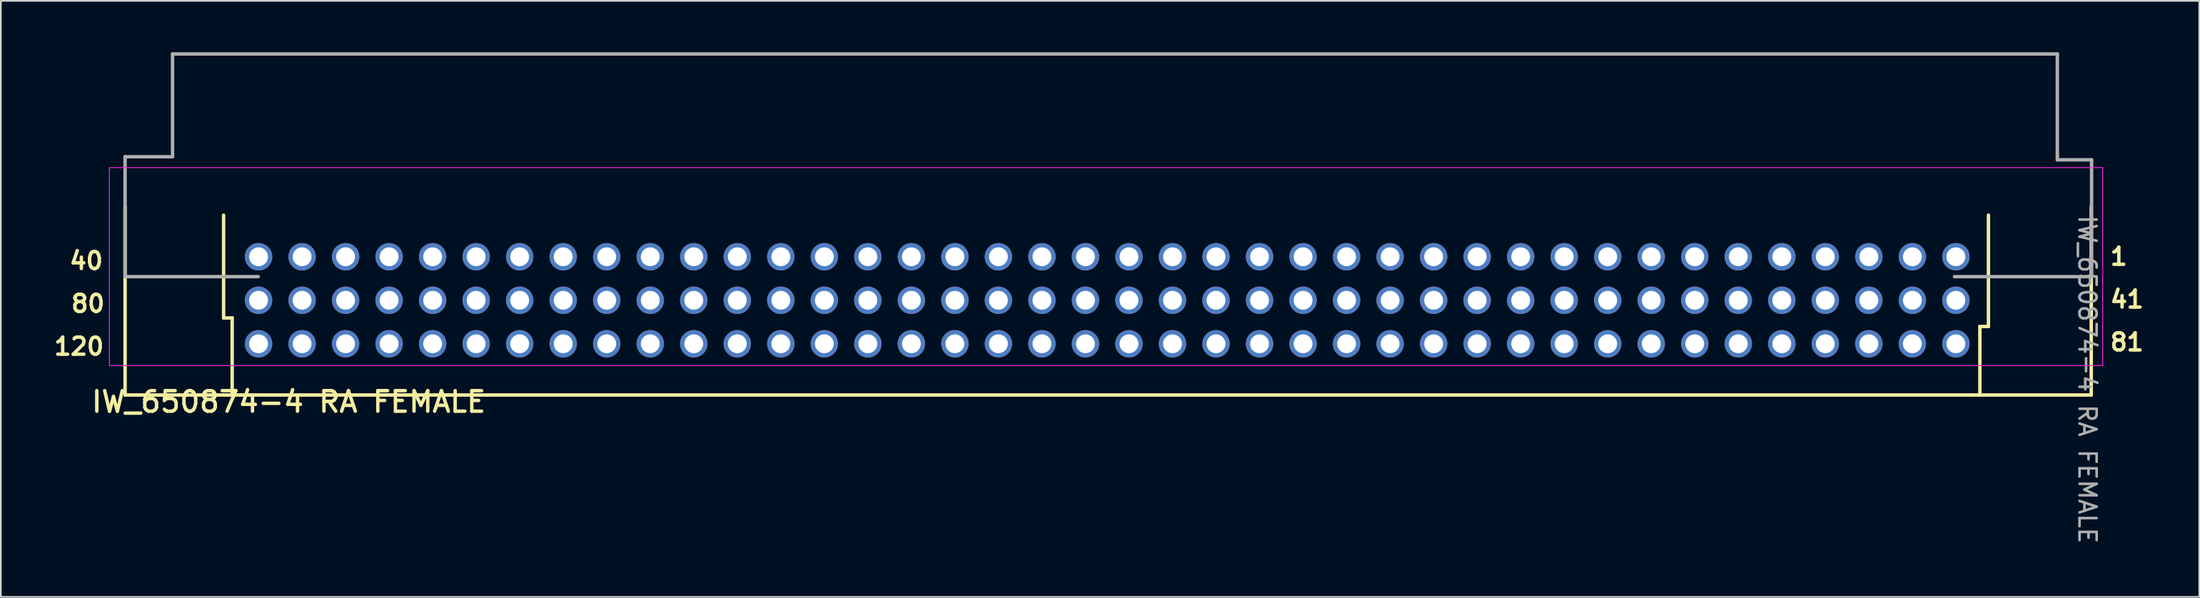
<source format=kicad_pcb>
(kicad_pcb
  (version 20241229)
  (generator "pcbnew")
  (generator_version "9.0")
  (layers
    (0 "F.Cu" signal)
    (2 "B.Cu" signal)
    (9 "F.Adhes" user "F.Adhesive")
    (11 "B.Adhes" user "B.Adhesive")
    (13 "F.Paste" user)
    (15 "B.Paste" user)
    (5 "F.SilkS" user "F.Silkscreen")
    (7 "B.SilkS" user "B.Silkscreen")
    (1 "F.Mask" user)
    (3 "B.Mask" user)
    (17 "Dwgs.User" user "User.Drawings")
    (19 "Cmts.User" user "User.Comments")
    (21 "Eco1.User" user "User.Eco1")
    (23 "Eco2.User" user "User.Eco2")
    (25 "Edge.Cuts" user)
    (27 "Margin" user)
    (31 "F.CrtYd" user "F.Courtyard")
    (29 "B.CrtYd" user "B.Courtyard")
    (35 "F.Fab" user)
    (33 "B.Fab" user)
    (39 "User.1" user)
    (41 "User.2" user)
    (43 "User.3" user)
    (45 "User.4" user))
  (footprint "IW_650874-4 RA FEMALE"
    (layer "F.Cu")
    (at 65 12.01)
    (property "Reference" "IW_650874-4 RA FEMALE" (at -51.2 8.4 0) (unlocked yes) (layer "F.SilkS") (effects (font (size 1.2 1.2) (thickness 0.2) (bold yes))))
    (attr through_hole)
    (fp_line (start -60.75 8) (end -60.75 -3) (stroke (width 0.2) (type default)) (layer "F.SilkS"))
    (fp_line (start -55 3.5) (end -55 -2.5) (stroke (width 0.2) (type default)) (layer "F.SilkS"))
    (fp_line (start -54.5 3.5) (end -55 3.5) (stroke (width 0.2) (type default)) (layer "F.SilkS"))
    (fp_line (start -54.5 8) (end -54.5 3.5) (stroke (width 0.2) (type default)) (layer "F.SilkS"))
    (fp_line (start -54 8) (end -60.75 8) (stroke (width 0.2) (type default)) (layer "F.SilkS"))
    (fp_line (start -53.5 8) (end -54 8) (stroke (width 0.2) (type default)) (layer "F.SilkS"))
    (fp_line (start -53.5 8) (end 47 8) (stroke (width 0.2) (type default)) (layer "F.SilkS"))
    (fp_line (start 47 8) (end 54 8) (stroke (width 0.2) (type default)) (layer "F.SilkS"))
    (fp_line (start 47.5 4) (end 48 4) (stroke (width 0.2) (type default)) (layer "F.SilkS"))
    (fp_line (start 47.5 8) (end 47.5 4) (stroke (width 0.2) (type default)) (layer "F.SilkS"))
    (fp_line (start 48 4) (end 48 -2.5) (stroke (width 0.2) (type default)) (layer "F.SilkS"))
    (fp_line (start 54 8) (end 54 -3) (stroke (width 0.2) (type default)) (layer "F.SilkS"))
    (fp_line (start -61.666 -5.276) (end -61.666 6.281) (stroke (width 0.05) (type default)) (layer "F.CrtYd"))
    (fp_line (start -61.666 6.281) (end 54.666 6.281) (stroke (width 0.05) (type default)) (layer "F.CrtYd"))
    (fp_line (start 54.666 -5.276) (end -61.666 -5.276) (stroke (width 0.05) (type default)) (layer "F.CrtYd"))
    (fp_line (start 54.666 6.281) (end 54.666 -5.276) (stroke (width 0.05) (type default)) (layer "F.CrtYd"))
    (fp_line (start -60.75 -5.91) (end -57.98 -5.91) (stroke (width 0.2) (type default)) (layer "F.Fab"))
    (fp_line (start -60.75 1.09) (end -60.75 -5.91) (stroke (width 0.2) (type default)) (layer "F.Fab"))
    (fp_line (start -57.98 -11.91) (end 52.02 -11.91) (stroke (width 0.2) (type default)) (layer "F.Fab"))
    (fp_line (start -57.98 -5.91) (end -57.98 -11.91) (stroke (width 0.2) (type default)) (layer "F.Fab"))
    (fp_line (start -52.98 1.09) (end -60.75 1.09) (stroke (width 0.2) (type default)) (layer "F.Fab"))
    (fp_line (start 46.02 1.09) (end 54.02 1.09) (stroke (width 0.2) (type default)) (layer "F.Fab"))
    (fp_line (start 52.02 -5.73) (end 52.02 -11.91) (stroke (width 0.2) (type default)) (layer "F.Fab"))
    (fp_line (start 54.02 -5.73) (end 52.02 -5.73) (stroke (width 0.2) (type default)) (layer "F.Fab"))
    (fp_line (start 54.02 1.09) (end 54.02 -5.73) (stroke (width 0.2) (type default)) (layer "F.Fab"))
    (fp_text user "81" (at 55 5.5 0) (unlocked yes) (layer "F.SilkS") (effects (font (size 1 1) (thickness 0.2) (bold yes)) (justify left bottom)))
    (fp_text user "1" (at 55 0.5 0) (unlocked yes) (layer "F.SilkS") (effects (font (size 1 1) (thickness 0.2) (bold yes)) (justify left bottom)))
    (fp_text user "80" (at -64 3.25 0) (unlocked yes) (layer "F.SilkS") (effects (font (size 1 1) (thickness 0.2) (bold yes)) (justify left bottom)))
    (fp_text user "40" (at -64.1 0.75 0) (unlocked yes) (layer "F.SilkS") (effects (font (size 1 1) (thickness 0.2) (bold yes)) (justify left bottom)))
    (fp_text user "41" (at 55 3 0) (unlocked yes) (layer "F.SilkS") (effects (font (size 1 1) (thickness 0.2) (bold yes)) (justify left bottom)))
    (fp_text user "120" (at -65 5.75 0) (unlocked yes) (layer "F.SilkS") (effects (font (size 1 1) (thickness 0.2) (bold yes)) (justify left bottom)))
    (fp_text user "${REFERENCE}" (at 53.77 7.09 270) (unlocked yes) (layer "F.Fab") (effects (font (size 1 1) (thickness 0.15))))
    (pad "A1" thru_hole circle (at 46.1 -0.07 270) (size 1.6 1.6) (drill 1.1) (layers "*.Cu" "*.Mask"))
    (pad "A2" thru_hole circle (at 43.56 -0.07 270) (size 1.6 1.6) (drill 1.1) (layers "*.Cu" "*.Mask"))
    (pad "A3" thru_hole circle (at 41.02 -0.07 270) (size 1.6 1.6) (drill 1.1) (layers "*.Cu" "*.Mask"))
    (pad "A4" thru_hole circle (at 38.48 -0.07 270) (size 1.6 1.6) (drill 1.1) (layers "*.Cu" "*.Mask"))
    (pad "A5" thru_hole circle (at 35.94 -0.07 270) (size 1.6 1.6) (drill 1.1) (layers "*.Cu" "*.Mask"))
    (pad "A6" thru_hole circle (at 33.4 -0.07 270) (size 1.6 1.6) (drill 1.1) (layers "*.Cu" "*.Mask"))
    (pad "A7" thru_hole circle (at 30.86 -0.07 270) (size 1.6 1.6) (drill 1.1) (layers "*.Cu" "*.Mask"))
    (pad "A8" thru_hole circle (at 28.32 -0.07 270) (size 1.6 1.6) (drill 1.1) (layers "*.Cu" "*.Mask"))
    (pad "A9" thru_hole circle (at 25.78 -0.07 270) (size 1.6 1.6) (drill 1.1) (layers "*.Cu" "*.Mask"))
    (pad "A10" thru_hole circle (at 23.24 -0.07 270) (size 1.6 1.6) (drill 1.1) (layers "*.Cu" "*.Mask"))
    (pad "A11" thru_hole circle (at 20.7 -0.07 270) (size 1.6 1.6) (drill 1.1) (layers "*.Cu" "*.Mask"))
    (pad "A12" thru_hole circle (at 18.16 -0.07 270) (size 1.6 1.6) (drill 1.1) (layers "*.Cu" "*.Mask"))
    (pad "A13" thru_hole circle (at 15.62 -0.07 270) (size 1.6 1.6) (drill 1.1) (layers "*.Cu" "*.Mask"))
    (pad "A14" thru_hole circle (at 13.08 -0.07 270) (size 1.6 1.6) (drill 1.1) (layers "*.Cu" "*.Mask"))
    (pad "A15" thru_hole circle (at 10.54 -0.07 270) (size 1.6 1.6) (drill 1.1) (layers "*.Cu" "*.Mask"))
    (pad "A16" thru_hole circle (at 8 -0.07 270) (size 1.6 1.6) (drill 1.1) (layers "*.Cu" "*.Mask"))
    (pad "A17" thru_hole circle (at 5.46 -0.07 270) (size 1.6 1.6) (drill 1.1) (layers "*.Cu" "*.Mask"))
    (pad "A18" thru_hole circle (at 2.92 -0.07 270) (size 1.6 1.6) (drill 1.1) (layers "*.Cu" "*.Mask"))
    (pad "A19" thru_hole circle (at 0.38 -0.07 270) (size 1.6 1.6) (drill 1.1) (layers "*.Cu" "*.Mask"))
    (pad "A20" thru_hole circle (at -2.16 -0.07 270) (size 1.6 1.6) (drill 1.1) (layers "*.Cu" "*.Mask"))
    (pad "A21" thru_hole circle (at -4.7 -0.07 270) (size 1.6 1.6) (drill 1.1) (layers "*.Cu" "*.Mask"))
    (pad "A22" thru_hole circle (at -7.24 -0.07 270) (size 1.6 1.6) (drill 1.1) (layers "*.Cu" "*.Mask"))
    (pad "A23" thru_hole circle (at -9.78 -0.07 270) (size 1.6 1.6) (drill 1.1) (layers "*.Cu" "*.Mask"))
    (pad "A24" thru_hole circle (at -12.32 -0.07 270) (size 1.6 1.6) (drill 1.1) (layers "*.Cu" "*.Mask"))
    (pad "A25" thru_hole circle (at -14.86 -0.07 270) (size 1.6 1.6) (drill 1.1) (layers "*.Cu" "*.Mask"))
    (pad "A26" thru_hole circle (at -17.4 -0.07 270) (size 1.6 1.6) (drill 1.1) (layers "*.Cu" "*.Mask"))
    (pad "A27" thru_hole circle (at -19.94 -0.07 270) (size 1.6 1.6) (drill 1.1) (layers "*.Cu" "*.Mask"))
    (pad "A28" thru_hole circle (at -22.48 -0.07 270) (size 1.6 1.6) (drill 1.1) (layers "*.Cu" "*.Mask"))
    (pad "A29" thru_hole circle (at -25.02 -0.07 270) (size 1.6 1.6) (drill 1.1) (layers "*.Cu" "*.Mask"))
    (pad "A30" thru_hole circle (at -27.56 -0.07 270) (size 1.6 1.6) (drill 1.1) (layers "*.Cu" "*.Mask"))
    (pad "A31" thru_hole circle (at -30.1 -0.07 270) (size 1.6 1.6) (drill 1.1) (layers "*.Cu" "*.Mask"))
    (pad "A32" thru_hole circle (at -32.64 -0.07 270) (size 1.6 1.6) (drill 1.1) (layers "*.Cu" "*.Mask"))
    (pad "A33" thru_hole circle (at -35.18 -0.07 270) (size 1.6 1.6) (drill 1.1) (layers "*.Cu" "*.Mask"))
    (pad "A34" thru_hole circle (at -37.72 -0.07 270) (size 1.6 1.6) (drill 1.1) (layers "*.Cu" "*.Mask"))
    (pad "A35" thru_hole circle (at -40.26 -0.07 270) (size 1.6 1.6) (drill 1.1) (layers "*.Cu" "*.Mask"))
    (pad "A36" thru_hole circle (at -42.8 -0.07 270) (size 1.6 1.6) (drill 1.1) (layers "*.Cu" "*.Mask"))
    (pad "A37" thru_hole circle (at -45.34 -0.07 270) (size 1.6 1.6) (drill 1.1) (layers "*.Cu" "*.Mask"))
    (pad "A38" thru_hole circle (at -47.88 -0.07 270) (size 1.6 1.6) (drill 1.1) (layers "*.Cu" "*.Mask"))
    (pad "A39" thru_hole circle (at -50.42 -0.07 270) (size 1.6 1.6) (drill 1.1) (layers "*.Cu" "*.Mask"))
    (pad "A40" thru_hole circle (at -52.96 -0.07 270) (size 1.6 1.6) (drill 1.1) (layers "*.Cu" "*.Mask"))
    (pad "B1" thru_hole circle (at 46.1 2.47 270) (size 1.6 1.6) (drill 1.1) (layers "*.Cu" "*.Mask"))
    (pad "B2" thru_hole circle (at 43.56 2.47 270) (size 1.6 1.6) (drill 1.1) (layers "*.Cu" "*.Mask"))
    (pad "B3" thru_hole circle (at 41.02 2.47 270) (size 1.6 1.6) (drill 1.1) (layers "*.Cu" "*.Mask"))
    (pad "B4" thru_hole circle (at 38.48 2.47 270) (size 1.6 1.6) (drill 1.1) (layers "*.Cu" "*.Mask"))
    (pad "B5" thru_hole circle (at 35.94 2.47 270) (size 1.6 1.6) (drill 1.1) (layers "*.Cu" "*.Mask"))
    (pad "B6" thru_hole circle (at 33.4 2.47 270) (size 1.6 1.6) (drill 1.1) (layers "*.Cu" "*.Mask"))
    (pad "B7" thru_hole circle (at 30.86 2.47 270) (size 1.6 1.6) (drill 1.1) (layers "*.Cu" "*.Mask"))
    (pad "B8" thru_hole circle (at 28.32 2.47 270) (size 1.6 1.6) (drill 1.1) (layers "*.Cu" "*.Mask"))
    (pad "B9" thru_hole circle (at 25.78 2.47 270) (size 1.6 1.6) (drill 1.1) (layers "*.Cu" "*.Mask"))
    (pad "B10" thru_hole circle (at 23.24 2.47 270) (size 1.6 1.6) (drill 1.1) (layers "*.Cu" "*.Mask"))
    (pad "B11" thru_hole circle (at 20.7 2.47 270) (size 1.6 1.6) (drill 1.1) (layers "*.Cu" "*.Mask"))
    (pad "B12" thru_hole circle (at 18.16 2.47 270) (size 1.6 1.6) (drill 1.1) (layers "*.Cu" "*.Mask"))
    (pad "B13" thru_hole circle (at 15.62 2.47 270) (size 1.6 1.6) (drill 1.1) (layers "*.Cu" "*.Mask"))
    (pad "B14" thru_hole circle (at 13.08 2.47 270) (size 1.6 1.6) (drill 1.1) (layers "*.Cu" "*.Mask"))
    (pad "B15" thru_hole circle (at 10.54 2.47 270) (size 1.6 1.6) (drill 1.1) (layers "*.Cu" "*.Mask"))
    (pad "B16" thru_hole circle (at 8 2.47 270) (size 1.6 1.6) (drill 1.1) (layers "*.Cu" "*.Mask"))
    (pad "B17" thru_hole circle (at 5.46 2.47 270) (size 1.6 1.6) (drill 1.1) (layers "*.Cu" "*.Mask"))
    (pad "B18" thru_hole circle (at 2.92 2.47 270) (size 1.6 1.6) (drill 1.1) (layers "*.Cu" "*.Mask"))
    (pad "B19" thru_hole circle (at 0.38 2.47 270) (size 1.6 1.6) (drill 1.1) (layers "*.Cu" "*.Mask"))
    (pad "B20" thru_hole circle (at -2.16 2.47 270) (size 1.6 1.6) (drill 1.1) (layers "*.Cu" "*.Mask"))
    (pad "B21" thru_hole circle (at -4.7 2.47 270) (size 1.6 1.6) (drill 1.1) (layers "*.Cu" "*.Mask"))
    (pad "B22" thru_hole circle (at -7.24 2.47 270) (size 1.6 1.6) (drill 1.1) (layers "*.Cu" "*.Mask"))
    (pad "B23" thru_hole circle (at -9.78 2.47 270) (size 1.6 1.6) (drill 1.1) (layers "*.Cu" "*.Mask"))
    (pad "B24" thru_hole circle (at -12.32 2.47 270) (size 1.6 1.6) (drill 1.1) (layers "*.Cu" "*.Mask"))
    (pad "B25" thru_hole circle (at -14.86 2.47 270) (size 1.6 1.6) (drill 1.1) (layers "*.Cu" "*.Mask"))
    (pad "B26" thru_hole circle (at -17.4 2.47 270) (size 1.6 1.6) (drill 1.1) (layers "*.Cu" "*.Mask"))
    (pad "B27" thru_hole circle (at -19.94 2.47 270) (size 1.6 1.6) (drill 1.1) (layers "*.Cu" "*.Mask"))
    (pad "B28" thru_hole circle (at -22.48 2.47 270) (size 1.6 1.6) (drill 1.1) (layers "*.Cu" "*.Mask"))
    (pad "B29" thru_hole circle (at -25.02 2.47 270) (size 1.6 1.6) (drill 1.1) (layers "*.Cu" "*.Mask"))
    (pad "B30" thru_hole circle (at -27.56 2.47 270) (size 1.6 1.6) (drill 1.1) (layers "*.Cu" "*.Mask"))
    (pad "B31" thru_hole circle (at -30.1 2.47 270) (size 1.6 1.6) (drill 1.1) (layers "*.Cu" "*.Mask"))
    (pad "B32" thru_hole circle (at -32.64 2.47 270) (size 1.6 1.6) (drill 1.1) (layers "*.Cu" "*.Mask"))
    (pad "B33" thru_hole circle (at -35.18 2.47 270) (size 1.6 1.6) (drill 1.1) (layers "*.Cu" "*.Mask"))
    (pad "B34" thru_hole circle (at -37.72 2.47 270) (size 1.6 1.6) (drill 1.1) (layers "*.Cu" "*.Mask"))
    (pad "B35" thru_hole circle (at -40.26 2.47 270) (size 1.6 1.6) (drill 1.1) (layers "*.Cu" "*.Mask"))
    (pad "B36" thru_hole circle (at -42.8 2.47 270) (size 1.6 1.6) (drill 1.1) (layers "*.Cu" "*.Mask"))
    (pad "B37" thru_hole circle (at -45.34 2.47 270) (size 1.6 1.6) (drill 1.1) (layers "*.Cu" "*.Mask"))
    (pad "B38" thru_hole circle (at -47.88 2.47 270) (size 1.6 1.6) (drill 1.1) (layers "*.Cu" "*.Mask"))
    (pad "B39" thru_hole circle (at -50.42 2.47 270) (size 1.6 1.6) (drill 1.1) (layers "*.Cu" "*.Mask"))
    (pad "B40" thru_hole circle (at -52.96 2.47 270) (size 1.6 1.6) (drill 1.1) (layers "*.Cu" "*.Mask"))
    (pad "C1" thru_hole circle (at 46.1 5.01 270) (size 1.6 1.6) (drill 1.1) (layers "*.Cu" "*.Mask"))
    (pad "C2" thru_hole circle (at 43.56 5.01 270) (size 1.6 1.6) (drill 1.1) (layers "*.Cu" "*.Mask"))
    (pad "C3" thru_hole circle (at 41.02 5.01 270) (size 1.6 1.6) (drill 1.1) (layers "*.Cu" "*.Mask"))
    (pad "C4" thru_hole circle (at 38.48 5.01 270) (size 1.6 1.6) (drill 1.1) (layers "*.Cu" "*.Mask"))
    (pad "C5" thru_hole circle (at 35.94 5.01 270) (size 1.6 1.6) (drill 1.1) (layers "*.Cu" "*.Mask"))
    (pad "C6" thru_hole circle (at 33.4 5.01 270) (size 1.6 1.6) (drill 1.1) (layers "*.Cu" "*.Mask"))
    (pad "C7" thru_hole circle (at 30.86 5.01 270) (size 1.6 1.6) (drill 1.1) (layers "*.Cu" "*.Mask"))
    (pad "C8" thru_hole circle (at 28.32 5.01 270) (size 1.6 1.6) (drill 1.1) (layers "*.Cu" "*.Mask"))
    (pad "C9" thru_hole circle (at 25.78 5.01 270) (size 1.6 1.6) (drill 1.1) (layers "*.Cu" "*.Mask"))
    (pad "C10" thru_hole circle (at 23.24 5.01 270) (size 1.6 1.6) (drill 1.1) (layers "*.Cu" "*.Mask"))
    (pad "C11" thru_hole circle (at 20.7 5.01 270) (size 1.6 1.6) (drill 1.1) (layers "*.Cu" "*.Mask"))
    (pad "C12" thru_hole circle (at 18.16 5.01 270) (size 1.6 1.6) (drill 1.1) (layers "*.Cu" "*.Mask"))
    (pad "C13" thru_hole circle (at 15.62 5.01 270) (size 1.6 1.6) (drill 1.1) (layers "*.Cu" "*.Mask"))
    (pad "C14" thru_hole circle (at 13.08 5.01 270) (size 1.6 1.6) (drill 1.1) (layers "*.Cu" "*.Mask"))
    (pad "C15" thru_hole circle (at 10.54 5.01 270) (size 1.6 1.6) (drill 1.1) (layers "*.Cu" "*.Mask"))
    (pad "C16" thru_hole circle (at 8 5.01 270) (size 1.6 1.6) (drill 1.1) (layers "*.Cu" "*.Mask"))
    (pad "C17" thru_hole circle (at 5.46 5.01 270) (size 1.6 1.6) (drill 1.1) (layers "*.Cu" "*.Mask"))
    (pad "C18" thru_hole circle (at 2.92 5.01 270) (size 1.6 1.6) (drill 1.1) (layers "*.Cu" "*.Mask"))
    (pad "C19" thru_hole circle (at 0.38 5.01 270) (size 1.6 1.6) (drill 1.1) (layers "*.Cu" "*.Mask"))
    (pad "C20" thru_hole circle (at -2.16 5.01 270) (size 1.6 1.6) (drill 1.1) (layers "*.Cu" "*.Mask"))
    (pad "C21" thru_hole circle (at -4.7 5.01 270) (size 1.6 1.6) (drill 1.1) (layers "*.Cu" "*.Mask"))
    (pad "C22" thru_hole circle (at -7.24 5.01 270) (size 1.6 1.6) (drill 1.1) (layers "*.Cu" "*.Mask"))
    (pad "C23" thru_hole circle (at -9.78 5.01 270) (size 1.6 1.6) (drill 1.1) (layers "*.Cu" "*.Mask"))
    (pad "C24" thru_hole circle (at -12.32 5.01 270) (size 1.6 1.6) (drill 1.1) (layers "*.Cu" "*.Mask"))
    (pad "C25" thru_hole circle (at -14.86 5.01 270) (size 1.6 1.6) (drill 1.1) (layers "*.Cu" "*.Mask"))
    (pad "C26" thru_hole circle (at -17.4 5.01 270) (size 1.6 1.6) (drill 1.1) (layers "*.Cu" "*.Mask"))
    (pad "C27" thru_hole circle (at -19.94 5.01 270) (size 1.6 1.6) (drill 1.1) (layers "*.Cu" "*.Mask"))
    (pad "C28" thru_hole circle (at -22.48 5.01 270) (size 1.6 1.6) (drill 1.1) (layers "*.Cu" "*.Mask"))
    (pad "C29" thru_hole circle (at -25.02 5.01 270) (size 1.6 1.6) (drill 1.1) (layers "*.Cu" "*.Mask"))
    (pad "C30" thru_hole circle (at -27.56 5.01 270) (size 1.6 1.6) (drill 1.1) (layers "*.Cu" "*.Mask"))
    (pad "C31" thru_hole circle (at -30.1 5.01 270) (size 1.6 1.6) (drill 1.1) (layers "*.Cu" "*.Mask"))
    (pad "C32" thru_hole circle (at -32.64 5.01 270) (size 1.6 1.6) (drill 1.1) (layers "*.Cu" "*.Mask"))
    (pad "C33" thru_hole circle (at -35.18 5.01 270) (size 1.6 1.6) (drill 1.1) (layers "*.Cu" "*.Mask"))
    (pad "C34" thru_hole circle (at -37.72 5.01 270) (size 1.6 1.6) (drill 1.1) (layers "*.Cu" "*.Mask"))
    (pad "C35" thru_hole circle (at -40.26 5.01 270) (size 1.6 1.6) (drill 1.1) (layers "*.Cu" "*.Mask"))
    (pad "C36" thru_hole circle (at -42.8 5.01 270) (size 1.6 1.6) (drill 1.1) (layers "*.Cu" "*.Mask"))
    (pad "C37" thru_hole circle (at -45.34 5.01 270) (size 1.6 1.6) (drill 1.1) (layers "*.Cu" "*.Mask"))
    (pad "C38" thru_hole circle (at -47.88 5.01 270) (size 1.6 1.6) (drill 1.1) (layers "*.Cu" "*.Mask"))
    (pad "C39" thru_hole circle (at -50.42 5.01 270) (size 1.6 1.6) (drill 1.1) (layers "*.Cu" "*.Mask"))
    (pad "C40" thru_hole circle (at -52.96 5.01 270) (size 1.6 1.6) (drill 1.1) (layers "*.Cu" "*.Mask")))
  (gr_rect
    (start -3 -3)
    (end 125.305 31.796)
    (stroke (width 0.1) (type default))
    (fill no)
    (layer "Edge.Cuts")))
</source>
